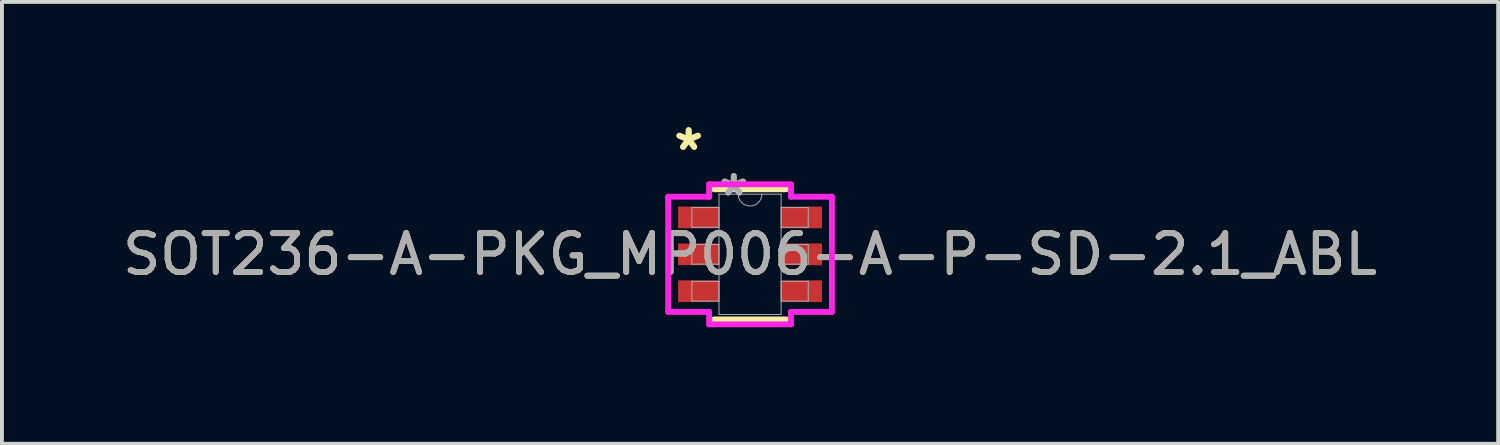
<source format=kicad_pcb>
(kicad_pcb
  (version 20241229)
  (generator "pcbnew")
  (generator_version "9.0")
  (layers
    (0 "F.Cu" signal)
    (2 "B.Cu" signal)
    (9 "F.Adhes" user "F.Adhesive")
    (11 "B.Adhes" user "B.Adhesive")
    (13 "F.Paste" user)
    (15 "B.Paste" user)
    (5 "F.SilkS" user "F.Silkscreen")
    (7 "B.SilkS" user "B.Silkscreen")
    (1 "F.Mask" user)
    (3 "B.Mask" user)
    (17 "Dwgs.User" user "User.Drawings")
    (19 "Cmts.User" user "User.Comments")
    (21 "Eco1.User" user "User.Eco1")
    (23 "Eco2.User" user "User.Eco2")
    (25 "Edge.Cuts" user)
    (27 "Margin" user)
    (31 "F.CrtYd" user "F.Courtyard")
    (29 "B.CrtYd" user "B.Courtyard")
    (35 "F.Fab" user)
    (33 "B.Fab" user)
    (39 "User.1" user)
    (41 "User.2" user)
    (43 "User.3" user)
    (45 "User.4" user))
  (footprint "SOT236-A-PKG_MP006-A-P-SD-2.1_ABL"
    (layer "F.Cu")
    (at 16.268 3.5)
    (property "Reference" "SOT236-A-PKG_MP006-A-P-SD-2.1_ABL" (at 0 0 0) (unlocked yes) (layer "F.SilkS") (effects (font (size 1 1) (thickness 0.15))))
    (attr smd)
    (fp_line (start -0.927 1.676) (end 0.927 1.676) (stroke (width 0.152) (type solid)) (layer "F.SilkS"))
    (fp_line (start 0.927 -1.676) (end -0.927 -1.676) (stroke (width 0.152) (type solid)) (layer "F.SilkS"))
    (fp_line (start -2.108 -1.483) (end -1.054 -1.483) (stroke (width 0.152) (type solid)) (layer "F.CrtYd"))
    (fp_line (start -2.108 1.483) (end -2.108 -1.483) (stroke (width 0.152) (type solid)) (layer "F.CrtYd"))
    (fp_line (start -2.108 1.483) (end -1.054 1.483) (stroke (width 0.152) (type solid)) (layer "F.CrtYd"))
    (fp_line (start -1.054 -1.803) (end 1.054 -1.803) (stroke (width 0.152) (type solid)) (layer "F.CrtYd"))
    (fp_line (start -1.054 -1.483) (end -1.054 -1.803) (stroke (width 0.152) (type solid)) (layer "F.CrtYd"))
    (fp_line (start -1.054 1.803) (end -1.054 1.483) (stroke (width 0.152) (type solid)) (layer "F.CrtYd"))
    (fp_line (start 1.054 -1.803) (end 1.054 -1.483) (stroke (width 0.152) (type solid)) (layer "F.CrtYd"))
    (fp_line (start 1.054 1.483) (end 1.054 1.803) (stroke (width 0.152) (type solid)) (layer "F.CrtYd"))
    (fp_line (start 1.054 1.803) (end -1.054 1.803) (stroke (width 0.152) (type solid)) (layer "F.CrtYd"))
    (fp_line (start 2.108 -1.483) (end 1.054 -1.483) (stroke (width 0.152) (type solid)) (layer "F.CrtYd"))
    (fp_line (start 2.108 -1.483) (end 2.108 1.483) (stroke (width 0.152) (type solid)) (layer "F.CrtYd"))
    (fp_line (start 2.108 1.483) (end 1.054 1.483) (stroke (width 0.152) (type solid)) (layer "F.CrtYd"))
    (fp_line (start -1.499 -1.204) (end -1.499 -0.696) (stroke (width 0.025) (type solid)) (layer "F.Fab"))
    (fp_line (start -1.499 -0.696) (end -0.8 -0.696) (stroke (width 0.025) (type solid)) (layer "F.Fab"))
    (fp_line (start -1.499 -0.254) (end -1.499 0.254) (stroke (width 0.025) (type solid)) (layer "F.Fab"))
    (fp_line (start -1.499 0.254) (end -0.8 0.254) (stroke (width 0.025) (type solid)) (layer "F.Fab"))
    (fp_line (start -1.499 0.696) (end -1.499 1.204) (stroke (width 0.025) (type solid)) (layer "F.Fab"))
    (fp_line (start -1.499 1.204) (end -0.8 1.204) (stroke (width 0.025) (type solid)) (layer "F.Fab"))
    (fp_line (start -0.8 -1.549) (end -0.8 1.549) (stroke (width 0.025) (type solid)) (layer "F.Fab"))
    (fp_line (start -0.8 -1.204) (end -1.499 -1.204) (stroke (width 0.025) (type solid)) (layer "F.Fab"))
    (fp_line (start -0.8 -0.696) (end -0.8 -1.204) (stroke (width 0.025) (type solid)) (layer "F.Fab"))
    (fp_line (start -0.8 -0.254) (end -1.499 -0.254) (stroke (width 0.025) (type solid)) (layer "F.Fab"))
    (fp_line (start -0.8 0.254) (end -0.8 -0.254) (stroke (width 0.025) (type solid)) (layer "F.Fab"))
    (fp_line (start -0.8 0.696) (end -1.499 0.696) (stroke (width 0.025) (type solid)) (layer "F.Fab"))
    (fp_line (start -0.8 1.204) (end -0.8 0.696) (stroke (width 0.025) (type solid)) (layer "F.Fab"))
    (fp_line (start -0.8 1.549) (end 0.8 1.549) (stroke (width 0.025) (type solid)) (layer "F.Fab"))
    (fp_line (start 0.8 -1.549) (end -0.8 -1.549) (stroke (width 0.025) (type solid)) (layer "F.Fab"))
    (fp_line (start 0.8 -1.204) (end 0.8 -0.696) (stroke (width 0.025) (type solid)) (layer "F.Fab"))
    (fp_line (start 0.8 -0.696) (end 1.499 -0.696) (stroke (width 0.025) (type solid)) (layer "F.Fab"))
    (fp_line (start 0.8 -0.254) (end 0.8 0.254) (stroke (width 0.025) (type solid)) (layer "F.Fab"))
    (fp_line (start 0.8 0.254) (end 1.499 0.254) (stroke (width 0.025) (type solid)) (layer "F.Fab"))
    (fp_line (start 0.8 0.696) (end 0.8 1.204) (stroke (width 0.025) (type solid)) (layer "F.Fab"))
    (fp_line (start 0.8 1.204) (end 1.499 1.204) (stroke (width 0.025) (type solid)) (layer "F.Fab"))
    (fp_line (start 0.8 1.549) (end 0.8 -1.549) (stroke (width 0.025) (type solid)) (layer "F.Fab"))
    (fp_line (start 1.499 -1.204) (end 0.8 -1.204) (stroke (width 0.025) (type solid)) (layer "F.Fab"))
    (fp_line (start 1.499 -0.696) (end 1.499 -1.204) (stroke (width 0.025) (type solid)) (layer "F.Fab"))
    (fp_line (start 1.499 -0.254) (end 0.8 -0.254) (stroke (width 0.025) (type solid)) (layer "F.Fab"))
    (fp_line (start 1.499 0.254) (end 1.499 -0.254) (stroke (width 0.025) (type solid)) (layer "F.Fab"))
    (fp_line (start 1.499 0.696) (end 0.8 0.696) (stroke (width 0.025) (type solid)) (layer "F.Fab"))
    (fp_line (start 1.499 1.204) (end 1.499 0.696) (stroke (width 0.025) (type solid)) (layer "F.Fab"))
    (fp_arc (start 0.3048 -1.5494) (mid 0 -1.2446) (end -0.3048 -1.5494) (stroke (width 0.0254) (type solid)) (layer "F.Fab"))
    (fp_text user "*" (at -1.581 -2.652 0) (unlocked yes) (layer "F.SilkS") (effects (font (size 1 1) (thickness 0.15))))
    (fp_text user "*" (at -1.581 -2.652 0) (layer "F.SilkS") (effects (font (size 1 1) (thickness 0.15))))
    (fp_text user "*" (at -0.419 -1.473 0) (layer "F.Fab") (effects (font (size 1 1) (thickness 0.15))))
    (fp_text user "*" (at -0.419 -1.473 0) (unlocked yes) (layer "F.Fab") (effects (font (size 1 1) (thickness 0.15))))
    (fp_text user "${REFERENCE}" (at 0 0 0) (unlocked yes) (layer "F.Fab") (effects (font (size 1 1) (thickness 0.15))))
    (pad "1" smd rect (at -1.327 -0.95) (size 1.054 0.559) (layers "F.Cu" "F.Mask" "F.Paste"))
    (pad "2" smd rect (at -1.327 0) (size 1.054 0.559) (layers "F.Cu" "F.Mask" "F.Paste"))
    (pad "3" smd rect (at -1.327 0.95) (size 1.054 0.559) (layers "F.Cu" "F.Mask" "F.Paste"))
    (pad "4" smd rect (at 1.327 0.95) (size 1.054 0.559) (layers "F.Cu" "F.Mask" "F.Paste"))
    (pad "5" smd rect (at 1.327 0) (size 1.054 0.559) (layers "F.Cu" "F.Mask" "F.Paste"))
    (pad "6" smd rect (at 1.327 -0.95) (size 1.054 0.559) (layers "F.Cu" "F.Mask" "F.Paste")))
  (gr_rect
    (start -3 -3)
    (end 35.536 8.38)
    (stroke (width 0.1) (type default))
    (fill no)
    (layer "Edge.Cuts")))
</source>
